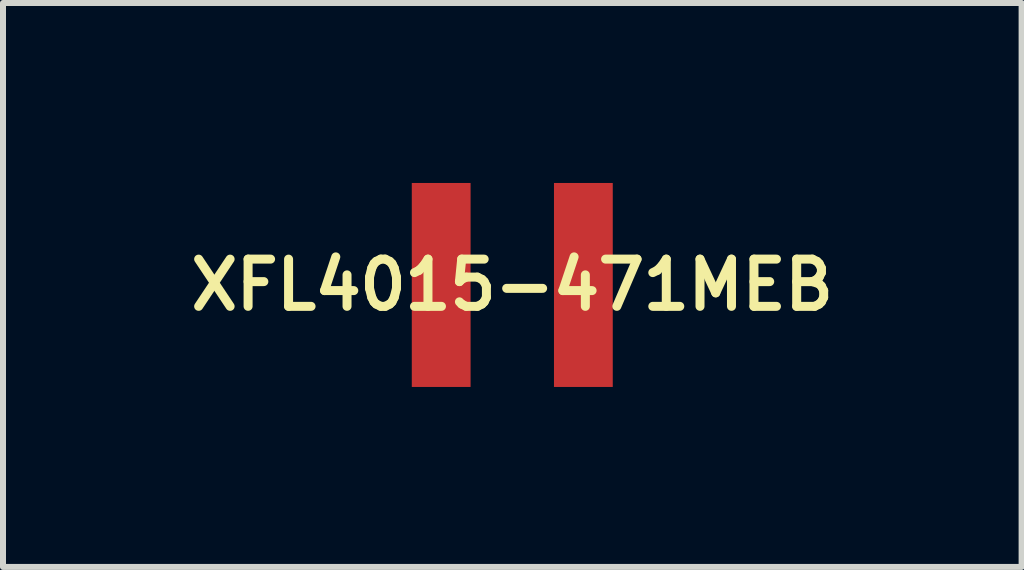
<source format=kicad_pcb>
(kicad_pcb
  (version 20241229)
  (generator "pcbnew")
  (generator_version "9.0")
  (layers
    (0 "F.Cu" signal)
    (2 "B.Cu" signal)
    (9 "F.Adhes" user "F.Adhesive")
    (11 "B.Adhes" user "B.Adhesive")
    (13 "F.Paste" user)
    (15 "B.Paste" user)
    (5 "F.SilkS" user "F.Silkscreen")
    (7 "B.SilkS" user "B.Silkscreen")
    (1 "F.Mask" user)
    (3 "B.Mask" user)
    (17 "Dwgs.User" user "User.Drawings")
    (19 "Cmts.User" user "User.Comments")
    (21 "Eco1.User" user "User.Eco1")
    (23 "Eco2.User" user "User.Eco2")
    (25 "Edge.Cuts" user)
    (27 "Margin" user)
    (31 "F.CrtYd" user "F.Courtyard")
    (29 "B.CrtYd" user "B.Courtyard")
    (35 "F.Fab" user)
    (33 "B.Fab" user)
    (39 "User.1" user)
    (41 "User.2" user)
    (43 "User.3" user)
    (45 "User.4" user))
  (footprint "XFL4015-471MEB"
    (layer "F.Cu")
    (at 5.489 1.7)
    (property "Reference" "XFL4015-471MEB" (at 0 0 0) (layer "F.SilkS") (effects (font (size 0.787 0.787) (thickness 0.15))))
    (attr smd)
    (pad "1" smd rect (at -1.185 0) (size 0.98 3.4) (layers "F.Cu" "F.Mask" "F.Paste"))
    (pad "2" smd rect (at 1.185 0) (size 0.98 3.4) (layers "F.Cu" "F.Mask" "F.Paste")))
  (gr_rect
    (start -3 -3)
    (end 13.979 6.4)
    (stroke (width 0.1) (type default))
    (fill no)
    (layer "Edge.Cuts")))
</source>
